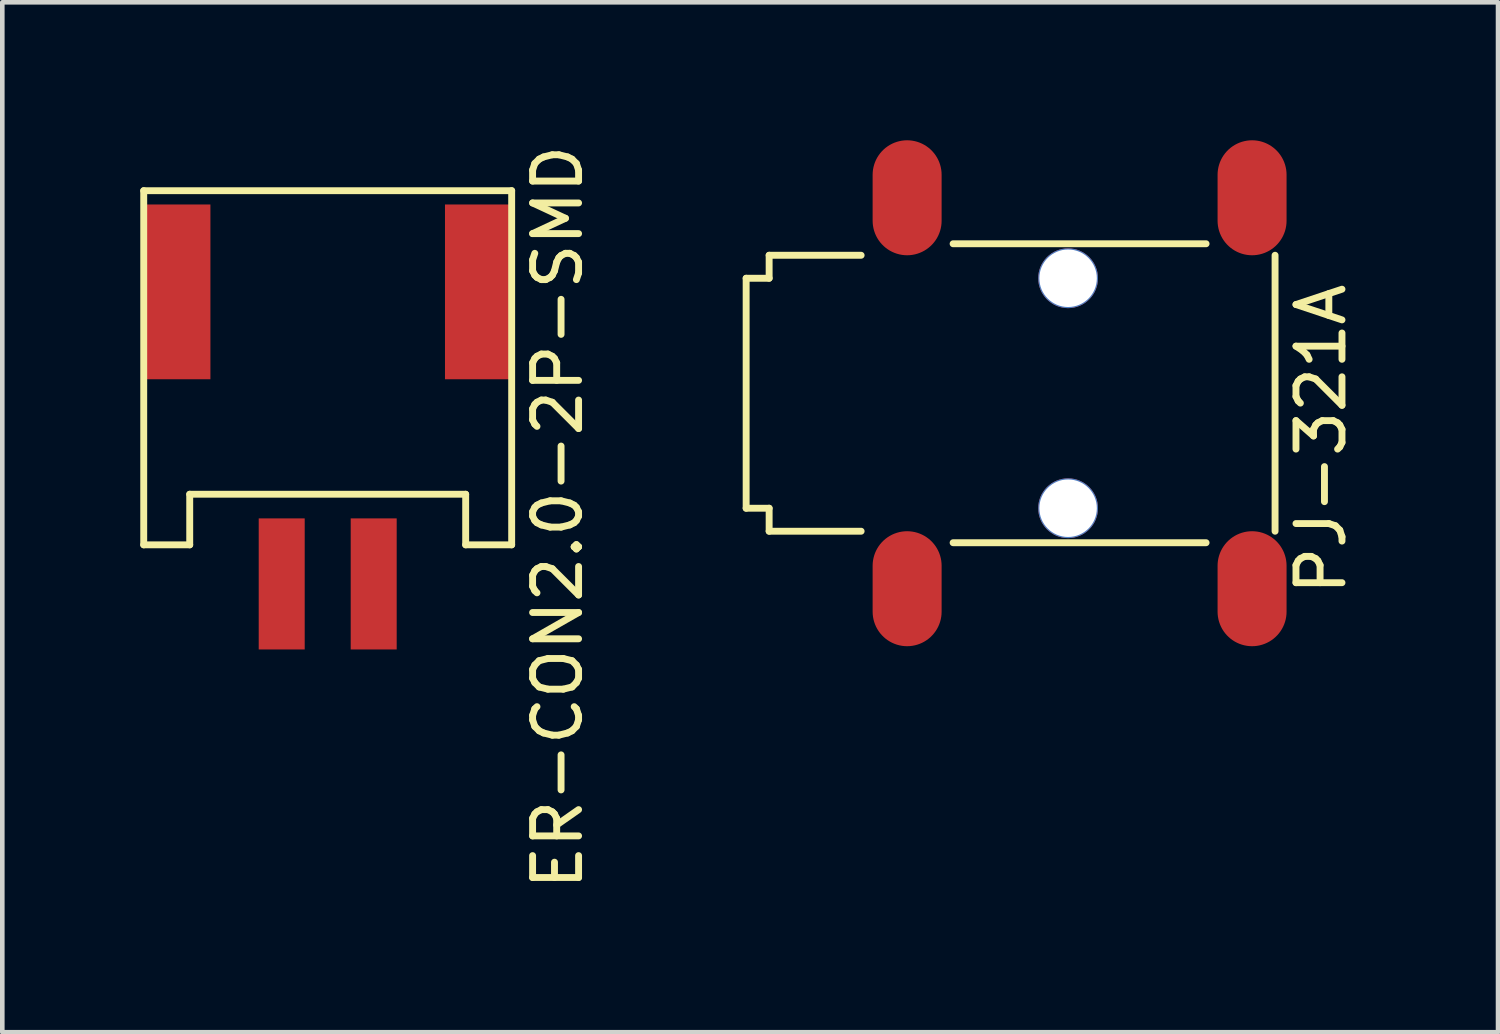
<source format=kicad_pcb>
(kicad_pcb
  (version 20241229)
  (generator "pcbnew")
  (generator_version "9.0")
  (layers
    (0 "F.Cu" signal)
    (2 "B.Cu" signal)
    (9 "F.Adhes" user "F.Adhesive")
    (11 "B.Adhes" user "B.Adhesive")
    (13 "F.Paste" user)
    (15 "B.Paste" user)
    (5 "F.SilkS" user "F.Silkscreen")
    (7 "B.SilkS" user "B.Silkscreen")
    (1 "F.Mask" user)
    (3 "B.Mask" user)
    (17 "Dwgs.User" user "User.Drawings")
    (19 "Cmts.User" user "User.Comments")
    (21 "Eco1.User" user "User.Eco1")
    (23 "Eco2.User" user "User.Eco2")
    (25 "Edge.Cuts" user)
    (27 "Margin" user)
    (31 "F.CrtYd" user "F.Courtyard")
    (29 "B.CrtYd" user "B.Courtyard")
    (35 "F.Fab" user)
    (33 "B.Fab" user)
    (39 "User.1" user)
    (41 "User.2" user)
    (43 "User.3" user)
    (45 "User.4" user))
  (footprint "PJ-321A"
    (layer "F.Cu")
    (at 13.173 5.5)
    (property "Reference" "PJ-321A" (at 12.5 1 90) (layer "F.SilkS") (effects (font (size 1 1) (thickness 0.15))))
    (attr through_hole)
    (fp_line (start 0 -2.5) (end 0 2.5) (stroke (width 0.15) (type solid)) (layer "F.SilkS"))
    (fp_line (start 0 -2.5) (end 0.5 -2.5) (stroke (width 0.15) (type solid)) (layer "F.SilkS"))
    (fp_line (start 0 2.5) (end 0.5 2.5) (stroke (width 0.15) (type solid)) (layer "F.SilkS"))
    (fp_line (start 0.5 -3) (end 0.5 -2.5) (stroke (width 0.15) (type solid)) (layer "F.SilkS"))
    (fp_line (start 0.5 -3) (end 2.5 -3) (stroke (width 0.15) (type solid)) (layer "F.SilkS"))
    (fp_line (start 0.5 2.5) (end 0.5 3) (stroke (width 0.15) (type solid)) (layer "F.SilkS"))
    (fp_line (start 0.5 3) (end 2.5 3) (stroke (width 0.15) (type solid)) (layer "F.SilkS"))
    (fp_line (start 4.5 -3.25) (end 10 -3.25) (stroke (width 0.15) (type solid)) (layer "F.SilkS"))
    (fp_line (start 4.5 3.25) (end 10 3.25) (stroke (width 0.15) (type solid)) (layer "F.SilkS"))
    (fp_line (start 11.5 -3) (end 11.5 3) (stroke (width 0.15) (type solid)) (layer "F.SilkS"))
    (pad "" np_thru_hole circle (at 7 -2.5) (size 1.3 1.3) (drill 1.25) (layers "*.Cu" "*.Mask"))
    (pad "" np_thru_hole circle (at 7 2.5) (size 1.3 1.3) (drill 1.25) (layers "*.Cu" "*.Mask"))
    (pad "1" smd oval (at 11 4.25) (size 1.5 2.5) (layers "F.Cu" "F.Mask" "F.Paste"))
    (pad "2" smd oval (at 11 -4.25) (size 1.5 2.5) (layers "F.Cu" "F.Mask" "F.Paste"))
    (pad "3" smd oval (at 3.5 -4.25) (size 1.5 2.5) (layers "F.Cu" "F.Mask" "F.Paste"))
    (pad "3" smd oval (at 3.5 4.25) (size 1.5 2.5) (layers "F.Cu" "F.Mask" "F.Paste")))
  (footprint "ER-CON2.0-2P-SMD"
    (layer "F.Cu")
    (at 4.075 8.196)
    (property "Reference" "ER-CON2.0-2P-SMD" (at 5 0 90) (layer "F.SilkS") (effects (font (size 1 1) (thickness 0.15))))
    (attr through_hole)
    (fp_line (start -4 -7.1) (end -4 0.6) (stroke (width 0.15) (type solid)) (layer "F.SilkS"))
    (fp_line (start -4 -7.1) (end 4 -7.1) (stroke (width 0.15) (type solid)) (layer "F.SilkS"))
    (fp_line (start -3 -0.5) (end -3 0.6) (stroke (width 0.15) (type solid)) (layer "F.SilkS"))
    (fp_line (start -3 0.6) (end -4 0.6) (stroke (width 0.15) (type solid)) (layer "F.SilkS"))
    (fp_line (start 3 -0.5) (end -3 -0.5) (stroke (width 0.15) (type solid)) (layer "F.SilkS"))
    (fp_line (start 3 0.6) (end 3 -0.5) (stroke (width 0.15) (type solid)) (layer "F.SilkS"))
    (fp_line (start 4 -7.1) (end 4 0.6) (stroke (width 0.15) (type solid)) (layer "F.SilkS"))
    (fp_line (start 4 0.6) (end 3 0.6) (stroke (width 0.15) (type solid)) (layer "F.SilkS"))
    (pad "0" smd rect (at -3.25 -4.9) (size 1.4 3.8) (layers "F.Cu" "F.Mask" "F.Paste"))
    (pad "0" smd rect (at 3.25 -4.9) (size 1.4 3.8) (layers "F.Cu" "F.Mask" "F.Paste"))
    (pad "1" smd rect (at -1 1.45) (size 1 2.85) (layers "F.Cu" "F.Mask" "F.Paste"))
    (pad "2" smd rect (at 1 1.45) (size 1 2.85) (layers "F.Cu" "F.Mask" "F.Paste")))
  (gr_rect
    (start -3 -3)
    (end 29.521 19.393)
    (stroke (width 0.1) (type default))
    (fill no)
    (layer "Edge.Cuts")))
</source>
